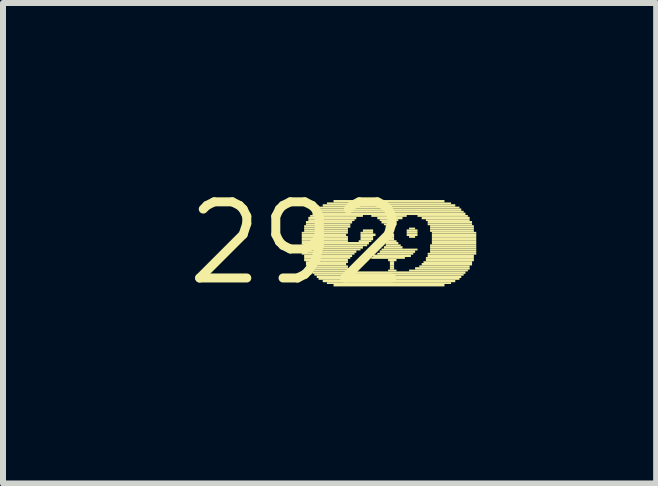
<source format=kicad_pcb>
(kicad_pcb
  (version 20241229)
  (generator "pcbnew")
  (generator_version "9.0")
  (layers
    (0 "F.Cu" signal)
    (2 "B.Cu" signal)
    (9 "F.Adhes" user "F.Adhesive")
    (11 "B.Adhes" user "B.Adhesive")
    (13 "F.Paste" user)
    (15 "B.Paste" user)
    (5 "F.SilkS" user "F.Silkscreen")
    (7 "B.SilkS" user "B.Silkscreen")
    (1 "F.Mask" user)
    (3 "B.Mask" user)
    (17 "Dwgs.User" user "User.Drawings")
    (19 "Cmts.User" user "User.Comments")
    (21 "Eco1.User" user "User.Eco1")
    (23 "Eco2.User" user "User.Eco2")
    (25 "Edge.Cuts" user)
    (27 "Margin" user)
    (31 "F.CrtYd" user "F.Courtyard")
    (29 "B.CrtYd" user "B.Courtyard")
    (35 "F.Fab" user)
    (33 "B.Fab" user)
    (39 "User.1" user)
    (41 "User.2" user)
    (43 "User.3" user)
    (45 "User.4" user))
  (footprint "292"
    (layer "F.Cu")
    (at 1.912 1.006)
    (property "Reference" "292" (at 0 0 0) (layer "F.SilkS") (effects (font (size 1.27 1.27) (thickness 0.15))))
    (fp_poly (pts (xy 0.07 -0.16) (xy 0.84 -0.16) (xy 0.84 -0.19) (xy 0.07 -0.19)) (stroke (width 0) (type solid)) (fill yes) (layer "F.SilkS"))
    (fp_poly (pts (xy 0.07 -0.12) (xy 0.81 -0.12) (xy 0.81 -0.16) (xy 0.07 -0.16)) (stroke (width 0) (type solid)) (fill yes) (layer "F.SilkS"))
    (fp_poly (pts (xy 0.07 -0.09) (xy 0.84 -0.09) (xy 0.84 -0.12) (xy 0.07 -0.12)) (stroke (width 0) (type solid)) (fill yes) (layer "F.SilkS"))
    (fp_poly (pts (xy 0.07 -0.05) (xy 0.84 -0.05) (xy 0.84 -0.09) (xy 0.07 -0.09)) (stroke (width 0) (type solid)) (fill yes) (layer "F.SilkS"))
    (fp_poly (pts (xy 0.07 -0.02) (xy 0.84 -0.02) (xy 0.84 -0.05) (xy 0.07 -0.05)) (stroke (width 0) (type solid)) (fill yes) (layer "F.SilkS"))
    (fp_poly (pts (xy 0.07 0.02) (xy 1.19 0.02) (xy 1.19 -0.02) (xy 0.07 -0.02)) (stroke (width 0) (type solid)) (fill yes) (layer "F.SilkS"))
    (fp_poly (pts (xy 0.07 0.05) (xy 1.16 0.05) (xy 1.16 0.02) (xy 0.07 0.02)) (stroke (width 0) (type solid)) (fill yes) (layer "F.SilkS"))
    (fp_poly (pts (xy 0.07 0.09) (xy 1.09 0.09) (xy 1.09 0.05) (xy 0.07 0.05)) (stroke (width 0) (type solid)) (fill yes) (layer "F.SilkS"))
    (fp_poly (pts (xy 0.07 0.12) (xy 1.05 0.12) (xy 1.05 0.09) (xy 0.07 0.09)) (stroke (width 0) (type solid)) (fill yes) (layer "F.SilkS"))
    (fp_poly (pts (xy 0.07 0.16) (xy 0.98 0.16) (xy 0.98 0.12) (xy 0.07 0.12)) (stroke (width 0) (type solid)) (fill yes) (layer "F.SilkS"))
    (fp_poly (pts (xy 0.07 0.19) (xy 0.95 0.19) (xy 0.95 0.16) (xy 0.07 0.16)) (stroke (width 0) (type solid)) (fill yes) (layer "F.SilkS"))
    (fp_poly (pts (xy 0.11 -0.26) (xy 0.88 -0.26) (xy 0.88 -0.3) (xy 0.11 -0.3)) (stroke (width 0) (type solid)) (fill yes) (layer "F.SilkS"))
    (fp_poly (pts (xy 0.11 -0.23) (xy 0.84 -0.23) (xy 0.84 -0.26) (xy 0.11 -0.26)) (stroke (width 0) (type solid)) (fill yes) (layer "F.SilkS"))
    (fp_poly (pts (xy 0.11 -0.19) (xy 0.84 -0.19) (xy 0.84 -0.23) (xy 0.11 -0.23)) (stroke (width 0) (type solid)) (fill yes) (layer "F.SilkS"))
    (fp_poly (pts (xy 0.11 0.23) (xy 0.91 0.23) (xy 0.91 0.19) (xy 0.11 0.19)) (stroke (width 0) (type solid)) (fill yes) (layer "F.SilkS"))
    (fp_poly (pts (xy 0.11 0.26) (xy 0.88 0.26) (xy 0.88 0.23) (xy 0.11 0.23)) (stroke (width 0) (type solid)) (fill yes) (layer "F.SilkS"))
    (fp_poly (pts (xy 0.11 0.3) (xy 0.84 0.3) (xy 0.84 0.26) (xy 0.11 0.26)) (stroke (width 0) (type solid)) (fill yes) (layer "F.SilkS"))
    (fp_poly (pts (xy 0.14 -0.33) (xy 0.91 -0.33) (xy 0.91 -0.37) (xy 0.14 -0.37)) (stroke (width 0) (type solid)) (fill yes) (layer "F.SilkS"))
    (fp_poly (pts (xy 0.14 -0.3) (xy 0.88 -0.3) (xy 0.88 -0.33) (xy 0.14 -0.33)) (stroke (width 0) (type solid)) (fill yes) (layer "F.SilkS"))
    (fp_poly (pts (xy 0.14 0.33) (xy 0.84 0.33) (xy 0.84 0.3) (xy 0.14 0.3)) (stroke (width 0) (type solid)) (fill yes) (layer "F.SilkS"))
    (fp_poly (pts (xy 0.14 0.37) (xy 0.81 0.37) (xy 0.81 0.33) (xy 0.14 0.33)) (stroke (width 0) (type solid)) (fill yes) (layer "F.SilkS"))
    (fp_poly (pts (xy 0.18 -0.4) (xy 0.98 -0.4) (xy 0.98 -0.44) (xy 0.18 -0.44)) (stroke (width 0) (type solid)) (fill yes) (layer "F.SilkS"))
    (fp_poly (pts (xy 0.18 -0.37) (xy 0.95 -0.37) (xy 0.95 -0.4) (xy 0.18 -0.4)) (stroke (width 0) (type solid)) (fill yes) (layer "F.SilkS"))
    (fp_poly (pts (xy 0.18 0.4) (xy 0.84 0.4) (xy 0.84 0.37) (xy 0.18 0.37)) (stroke (width 0) (type solid)) (fill yes) (layer "F.SilkS"))
    (fp_poly (pts (xy 0.18 0.44) (xy 0.84 0.44) (xy 0.84 0.4) (xy 0.18 0.4)) (stroke (width 0) (type solid)) (fill yes) (layer "F.SilkS"))
    (fp_poly (pts (xy 0.21 -0.44) (xy 1.09 -0.44) (xy 1.09 -0.47) (xy 0.21 -0.47)) (stroke (width 0) (type solid)) (fill yes) (layer "F.SilkS"))
    (fp_poly (pts (xy 0.21 0.47) (xy 0.88 0.47) (xy 0.88 0.44) (xy 0.21 0.44)) (stroke (width 0) (type solid)) (fill yes) (layer "F.SilkS"))
    (fp_poly (pts (xy 0.25 -0.47) (xy 2.8 -0.47) (xy 2.8 -0.51) (xy 0.25 -0.51)) (stroke (width 0) (type solid)) (fill yes) (layer "F.SilkS"))
    (fp_poly (pts (xy 0.25 0.51) (xy 2.8 0.51) (xy 2.8 0.47) (xy 0.25 0.47)) (stroke (width 0) (type solid)) (fill yes) (layer "F.SilkS"))
    (fp_poly (pts (xy 0.28 -0.51) (xy 2.77 -0.51) (xy 2.77 -0.54) (xy 0.28 -0.54)) (stroke (width 0) (type solid)) (fill yes) (layer "F.SilkS"))
    (fp_poly (pts (xy 0.28 0.54) (xy 2.77 0.54) (xy 2.77 0.51) (xy 0.28 0.51)) (stroke (width 0) (type solid)) (fill yes) (layer "F.SilkS"))
    (fp_poly (pts (xy 0.32 -0.54) (xy 2.73 -0.54) (xy 2.73 -0.58) (xy 0.32 -0.58)) (stroke (width 0) (type solid)) (fill yes) (layer "F.SilkS"))
    (fp_poly (pts (xy 0.32 0.58) (xy 2.73 0.58) (xy 2.73 0.54) (xy 0.32 0.54)) (stroke (width 0) (type solid)) (fill yes) (layer "F.SilkS"))
    (fp_poly (pts (xy 0.35 -0.58) (xy 2.7 -0.58) (xy 2.7 -0.61) (xy 0.35 -0.61)) (stroke (width 0) (type solid)) (fill yes) (layer "F.SilkS"))
    (fp_poly (pts (xy 0.35 0.61) (xy 2.7 0.61) (xy 2.7 0.58) (xy 0.35 0.58)) (stroke (width 0) (type solid)) (fill yes) (layer "F.SilkS"))
    (fp_poly (pts (xy 0.42 -0.61) (xy 2.63 -0.61) (xy 2.63 -0.65) (xy 0.42 -0.65)) (stroke (width 0) (type solid)) (fill yes) (layer "F.SilkS"))
    (fp_poly (pts (xy 0.42 0.65) (xy 2.63 0.65) (xy 2.63 0.61) (xy 0.42 0.61)) (stroke (width 0) (type solid)) (fill yes) (layer "F.SilkS"))
    (fp_poly (pts (xy 0.49 -0.65) (xy 2.56 -0.65) (xy 2.56 -0.68) (xy 0.49 -0.68)) (stroke (width 0) (type solid)) (fill yes) (layer "F.SilkS"))
    (fp_poly (pts (xy 0.49 0.68) (xy 2.56 0.68) (xy 2.56 0.65) (xy 0.49 0.65)) (stroke (width 0) (type solid)) (fill yes) (layer "F.SilkS"))
    (fp_poly (pts (xy 0.6 -0.68) (xy 2.45 -0.68) (xy 2.45 -0.72) (xy 0.6 -0.72)) (stroke (width 0) (type solid)) (fill yes) (layer "F.SilkS"))
    (fp_poly (pts (xy 0.6 0.72) (xy 2.45 0.72) (xy 2.45 0.68) (xy 0.6 0.68)) (stroke (width 0) (type solid)) (fill yes) (layer "F.SilkS"))
    (fp_poly (pts (xy 1.02 -0.02) (xy 1.23 -0.02) (xy 1.23 -0.05) (xy 1.02 -0.05)) (stroke (width 0) (type solid)) (fill yes) (layer "F.SilkS"))
    (fp_poly (pts (xy 1.05 -0.16) (xy 1.26 -0.16) (xy 1.26 -0.19) (xy 1.05 -0.19)) (stroke (width 0) (type solid)) (fill yes) (layer "F.SilkS"))
    (fp_poly (pts (xy 1.05 -0.12) (xy 1.3 -0.12) (xy 1.3 -0.16) (xy 1.05 -0.16)) (stroke (width 0) (type solid)) (fill yes) (layer "F.SilkS"))
    (fp_poly (pts (xy 1.05 -0.09) (xy 1.26 -0.09) (xy 1.26 -0.12) (xy 1.05 -0.12)) (stroke (width 0) (type solid)) (fill yes) (layer "F.SilkS"))
    (fp_poly (pts (xy 1.05 -0.05) (xy 1.26 -0.05) (xy 1.26 -0.09) (xy 1.05 -0.09)) (stroke (width 0) (type solid)) (fill yes) (layer "F.SilkS"))
    (fp_poly (pts (xy 1.09 -0.19) (xy 1.26 -0.19) (xy 1.26 -0.23) (xy 1.09 -0.23)) (stroke (width 0) (type solid)) (fill yes) (layer "F.SilkS"))
    (fp_poly (pts (xy 1.23 -0.44) (xy 1.82 -0.44) (xy 1.82 -0.47) (xy 1.23 -0.47)) (stroke (width 0) (type solid)) (fill yes) (layer "F.SilkS"))
    (fp_poly (pts (xy 1.23 0.26) (xy 1.79 0.26) (xy 1.79 0.23) (xy 1.23 0.23)) (stroke (width 0) (type solid)) (fill yes) (layer "F.SilkS"))
    (fp_poly (pts (xy 1.26 0.23) (xy 1.89 0.23) (xy 1.89 0.19) (xy 1.26 0.19)) (stroke (width 0) (type solid)) (fill yes) (layer "F.SilkS"))
    (fp_poly (pts (xy 1.33 -0.4) (xy 1.75 -0.4) (xy 1.75 -0.44) (xy 1.33 -0.44)) (stroke (width 0) (type solid)) (fill yes) (layer "F.SilkS"))
    (fp_poly (pts (xy 1.33 0.19) (xy 1.93 0.19) (xy 1.93 0.16) (xy 1.33 0.16)) (stroke (width 0) (type solid)) (fill yes) (layer "F.SilkS"))
    (fp_poly (pts (xy 1.37 -0.37) (xy 1.68 -0.37) (xy 1.68 -0.4) (xy 1.37 -0.4)) (stroke (width 0) (type solid)) (fill yes) (layer "F.SilkS"))
    (fp_poly (pts (xy 1.37 0.16) (xy 1.96 0.16) (xy 1.96 0.12) (xy 1.37 0.12)) (stroke (width 0) (type solid)) (fill yes) (layer "F.SilkS"))
    (fp_poly (pts (xy 1.4 -0.33) (xy 1.65 -0.33) (xy 1.65 -0.37) (xy 1.4 -0.37)) (stroke (width 0) (type solid)) (fill yes) (layer "F.SilkS"))
    (fp_poly (pts (xy 1.4 0.12) (xy 2 0.12) (xy 2 0.09) (xy 1.4 0.09)) (stroke (width 0) (type solid)) (fill yes) (layer "F.SilkS"))
    (fp_poly (pts (xy 1.44 -0.3) (xy 1.65 -0.3) (xy 1.65 -0.33) (xy 1.44 -0.33)) (stroke (width 0) (type solid)) (fill yes) (layer "F.SilkS"))
    (fp_poly (pts (xy 1.44 0.09) (xy 1.75 0.09) (xy 1.75 0.05) (xy 1.44 0.05)) (stroke (width 0) (type solid)) (fill yes) (layer "F.SilkS"))
    (fp_poly (pts (xy 1.47 -0.26) (xy 1.61 -0.26) (xy 1.61 -0.3) (xy 1.47 -0.3)) (stroke (width 0) (type solid)) (fill yes) (layer "F.SilkS"))
    (fp_poly (pts (xy 1.47 -0.23) (xy 1.61 -0.23) (xy 1.61 -0.26) (xy 1.47 -0.26)) (stroke (width 0) (type solid)) (fill yes) (layer "F.SilkS"))
    (fp_poly (pts (xy 1.47 -0.19) (xy 1.61 -0.19) (xy 1.61 -0.23) (xy 1.47 -0.23)) (stroke (width 0) (type solid)) (fill yes) (layer "F.SilkS"))
    (fp_poly (pts (xy 1.47 -0.02) (xy 1.65 -0.02) (xy 1.65 -0.05) (xy 1.47 -0.05)) (stroke (width 0) (type solid)) (fill yes) (layer "F.SilkS"))
    (fp_poly (pts (xy 1.47 0.02) (xy 1.68 0.02) (xy 1.68 -0.02) (xy 1.47 -0.02)) (stroke (width 0) (type solid)) (fill yes) (layer "F.SilkS"))
    (fp_poly (pts (xy 1.47 0.05) (xy 1.72 0.05) (xy 1.72 0.02) (xy 1.47 0.02)) (stroke (width 0) (type solid)) (fill yes) (layer "F.SilkS"))
    (fp_poly (pts (xy 1.51 -0.16) (xy 1.58 -0.16) (xy 1.58 -0.19) (xy 1.51 -0.19)) (stroke (width 0) (type solid)) (fill yes) (layer "F.SilkS"))
    (fp_poly (pts (xy 1.51 -0.12) (xy 1.61 -0.12) (xy 1.61 -0.16) (xy 1.51 -0.16)) (stroke (width 0) (type solid)) (fill yes) (layer "F.SilkS"))
    (fp_poly (pts (xy 1.51 -0.09) (xy 1.61 -0.09) (xy 1.61 -0.12) (xy 1.51 -0.12)) (stroke (width 0) (type solid)) (fill yes) (layer "F.SilkS"))
    (fp_poly (pts (xy 1.51 -0.05) (xy 1.61 -0.05) (xy 1.61 -0.09) (xy 1.51 -0.09)) (stroke (width 0) (type solid)) (fill yes) (layer "F.SilkS"))
    (fp_poly (pts (xy 1.51 0.3) (xy 1.65 0.3) (xy 1.65 0.26) (xy 1.51 0.26)) (stroke (width 0) (type solid)) (fill yes) (layer "F.SilkS"))
    (fp_poly (pts (xy 1.51 0.47) (xy 1.65 0.47) (xy 1.65 0.44) (xy 1.51 0.44)) (stroke (width 0) (type solid)) (fill yes) (layer "F.SilkS"))
    (fp_poly (pts (xy 1.54 0.33) (xy 1.61 0.33) (xy 1.61 0.3) (xy 1.54 0.3)) (stroke (width 0) (type solid)) (fill yes) (layer "F.SilkS"))
    (fp_poly (pts (xy 1.54 0.37) (xy 1.61 0.37) (xy 1.61 0.33) (xy 1.54 0.33)) (stroke (width 0) (type solid)) (fill yes) (layer "F.SilkS"))
    (fp_poly (pts (xy 1.54 0.4) (xy 1.61 0.4) (xy 1.61 0.37) (xy 1.54 0.37)) (stroke (width 0) (type solid)) (fill yes) (layer "F.SilkS"))
    (fp_poly (pts (xy 1.54 0.44) (xy 1.61 0.44) (xy 1.61 0.4) (xy 1.54 0.4)) (stroke (width 0) (type solid)) (fill yes) (layer "F.SilkS"))
    (fp_poly (pts (xy 1.82 -0.19) (xy 2 -0.19) (xy 2 -0.23) (xy 1.82 -0.23)) (stroke (width 0) (type solid)) (fill yes) (layer "F.SilkS"))
    (fp_poly (pts (xy 1.82 -0.16) (xy 2 -0.16) (xy 2 -0.19) (xy 1.82 -0.19)) (stroke (width 0) (type solid)) (fill yes) (layer "F.SilkS"))
    (fp_poly (pts (xy 1.82 -0.12) (xy 2 -0.12) (xy 2 -0.16) (xy 1.82 -0.16)) (stroke (width 0) (type solid)) (fill yes) (layer "F.SilkS"))
    (fp_poly (pts (xy 1.86 -0.23) (xy 1.96 -0.23) (xy 1.96 -0.26) (xy 1.86 -0.26)) (stroke (width 0) (type solid)) (fill yes) (layer "F.SilkS"))
    (fp_poly (pts (xy 1.86 -0.09) (xy 1.96 -0.09) (xy 1.96 -0.12) (xy 1.86 -0.12)) (stroke (width 0) (type solid)) (fill yes) (layer "F.SilkS"))
    (fp_poly (pts (xy 1.86 0.47) (xy 2.84 0.47) (xy 2.84 0.44) (xy 1.86 0.44)) (stroke (width 0) (type solid)) (fill yes) (layer "F.SilkS"))
    (fp_poly (pts (xy 1.96 0.44) (xy 2.87 0.44) (xy 2.87 0.4) (xy 1.96 0.4)) (stroke (width 0) (type solid)) (fill yes) (layer "F.SilkS"))
    (fp_poly (pts (xy 2 -0.44) (xy 2.84 -0.44) (xy 2.84 -0.47) (xy 2 -0.47)) (stroke (width 0) (type solid)) (fill yes) (layer "F.SilkS"))
    (fp_poly (pts (xy 2.03 0.4) (xy 2.87 0.4) (xy 2.87 0.37) (xy 2.03 0.37)) (stroke (width 0) (type solid)) (fill yes) (layer "F.SilkS"))
    (fp_poly (pts (xy 2.07 -0.4) (xy 2.87 -0.4) (xy 2.87 -0.44) (xy 2.07 -0.44)) (stroke (width 0) (type solid)) (fill yes) (layer "F.SilkS"))
    (fp_poly (pts (xy 2.07 0.37) (xy 2.91 0.37) (xy 2.91 0.33) (xy 2.07 0.33)) (stroke (width 0) (type solid)) (fill yes) (layer "F.SilkS"))
    (fp_poly (pts (xy 2.1 0.33) (xy 2.91 0.33) (xy 2.91 0.3) (xy 2.1 0.3)) (stroke (width 0) (type solid)) (fill yes) (layer "F.SilkS"))
    (fp_poly (pts (xy 2.14 -0.37) (xy 2.87 -0.37) (xy 2.87 -0.4) (xy 2.14 -0.4)) (stroke (width 0) (type solid)) (fill yes) (layer "F.SilkS"))
    (fp_poly (pts (xy 2.14 0.26) (xy 2.94 0.26) (xy 2.94 0.23) (xy 2.14 0.23)) (stroke (width 0) (type solid)) (fill yes) (layer "F.SilkS"))
    (fp_poly (pts (xy 2.14 0.3) (xy 2.94 0.3) (xy 2.94 0.26) (xy 2.14 0.26)) (stroke (width 0) (type solid)) (fill yes) (layer "F.SilkS"))
    (fp_poly (pts (xy 2.17 -0.33) (xy 2.91 -0.33) (xy 2.91 -0.37) (xy 2.17 -0.37)) (stroke (width 0) (type solid)) (fill yes) (layer "F.SilkS"))
    (fp_poly (pts (xy 2.17 -0.3) (xy 2.91 -0.3) (xy 2.91 -0.33) (xy 2.17 -0.33)) (stroke (width 0) (type solid)) (fill yes) (layer "F.SilkS"))
    (fp_poly (pts (xy 2.17 0.19) (xy 2.98 0.19) (xy 2.98 0.16) (xy 2.17 0.16)) (stroke (width 0) (type solid)) (fill yes) (layer "F.SilkS"))
    (fp_poly (pts (xy 2.17 0.23) (xy 2.94 0.23) (xy 2.94 0.19) (xy 2.17 0.19)) (stroke (width 0) (type solid)) (fill yes) (layer "F.SilkS"))
    (fp_poly (pts (xy 2.21 -0.26) (xy 2.94 -0.26) (xy 2.94 -0.3) (xy 2.21 -0.3)) (stroke (width 0) (type solid)) (fill yes) (layer "F.SilkS"))
    (fp_poly (pts (xy 2.21 -0.23) (xy 2.94 -0.23) (xy 2.94 -0.26) (xy 2.21 -0.26)) (stroke (width 0) (type solid)) (fill yes) (layer "F.SilkS"))
    (fp_poly (pts (xy 2.21 -0.19) (xy 2.94 -0.19) (xy 2.94 -0.23) (xy 2.21 -0.23)) (stroke (width 0) (type solid)) (fill yes) (layer "F.SilkS"))
    (fp_poly (pts (xy 2.21 0.05) (xy 2.98 0.05) (xy 2.98 0.02) (xy 2.21 0.02)) (stroke (width 0) (type solid)) (fill yes) (layer "F.SilkS"))
    (fp_poly (pts (xy 2.21 0.09) (xy 2.98 0.09) (xy 2.98 0.05) (xy 2.21 0.05)) (stroke (width 0) (type solid)) (fill yes) (layer "F.SilkS"))
    (fp_poly (pts (xy 2.21 0.12) (xy 2.98 0.12) (xy 2.98 0.09) (xy 2.21 0.09)) (stroke (width 0) (type solid)) (fill yes) (layer "F.SilkS"))
    (fp_poly (pts (xy 2.21 0.16) (xy 2.98 0.16) (xy 2.98 0.12) (xy 2.21 0.12)) (stroke (width 0) (type solid)) (fill yes) (layer "F.SilkS"))
    (fp_poly (pts (xy 2.24 -0.16) (xy 2.98 -0.16) (xy 2.98 -0.19) (xy 2.24 -0.19)) (stroke (width 0) (type solid)) (fill yes) (layer "F.SilkS"))
    (fp_poly (pts (xy 2.24 -0.12) (xy 2.98 -0.12) (xy 2.98 -0.16) (xy 2.24 -0.16)) (stroke (width 0) (type solid)) (fill yes) (layer "F.SilkS"))
    (fp_poly (pts (xy 2.24 -0.09) (xy 2.98 -0.09) (xy 2.98 -0.12) (xy 2.24 -0.12)) (stroke (width 0) (type solid)) (fill yes) (layer "F.SilkS"))
    (fp_poly (pts (xy 2.24 -0.05) (xy 2.98 -0.05) (xy 2.98 -0.09) (xy 2.24 -0.09)) (stroke (width 0) (type solid)) (fill yes) (layer "F.SilkS"))
    (fp_poly (pts (xy 2.24 -0.02) (xy 2.98 -0.02) (xy 2.98 -0.05) (xy 2.24 -0.05)) (stroke (width 0) (type solid)) (fill yes) (layer "F.SilkS"))
    (fp_poly (pts (xy 2.24 0.02) (xy 2.98 0.02) (xy 2.98 -0.02) (xy 2.24 -0.02)) (stroke (width 0) (type solid)) (fill yes) (layer "F.SilkS")))
  (gr_rect
    (start -3 -3)
    (end 7.892 5.012)
    (stroke (width 0.1) (type default))
    (fill no)
    (layer "Edge.Cuts")))
</source>
